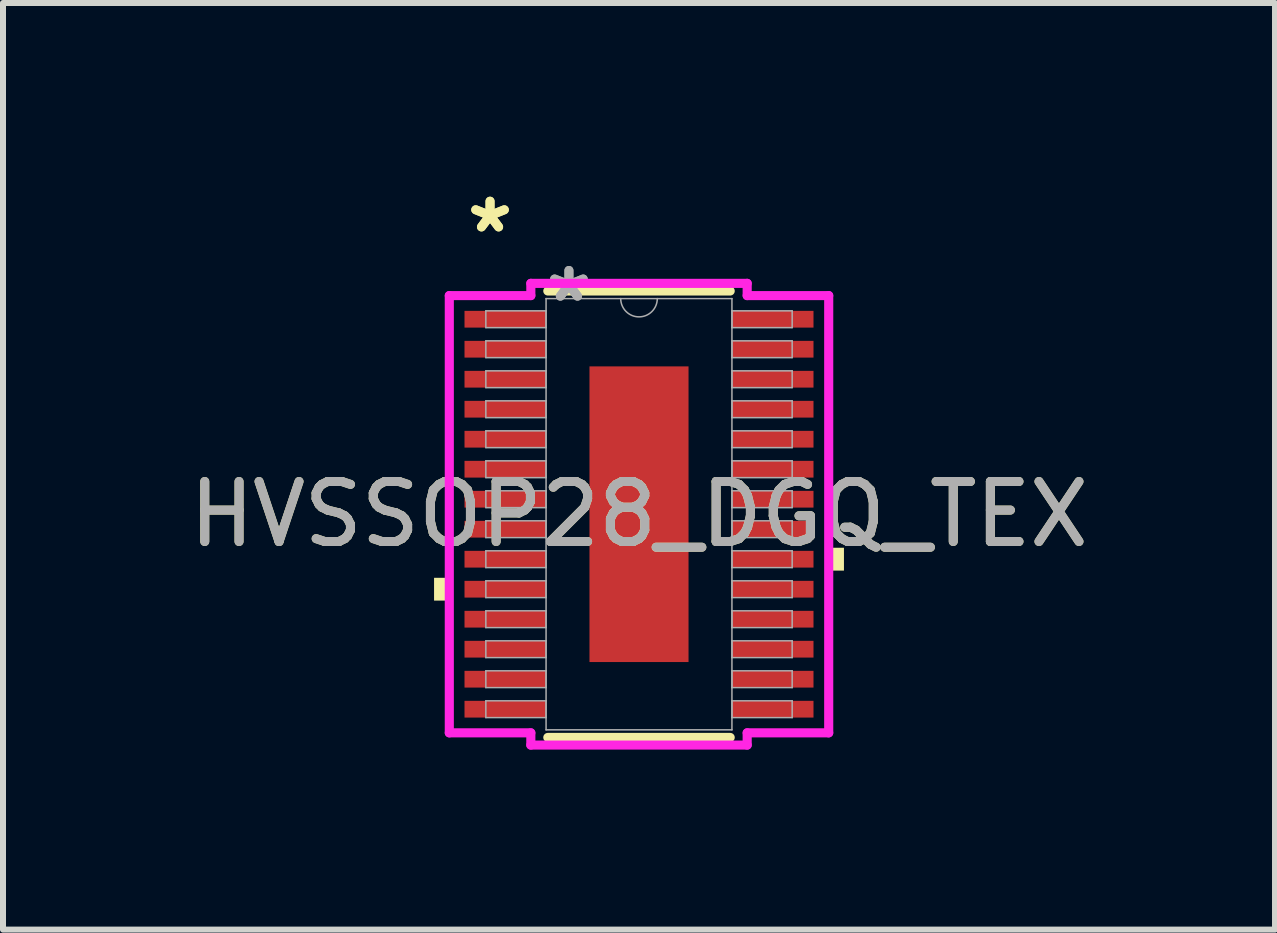
<source format=kicad_pcb>
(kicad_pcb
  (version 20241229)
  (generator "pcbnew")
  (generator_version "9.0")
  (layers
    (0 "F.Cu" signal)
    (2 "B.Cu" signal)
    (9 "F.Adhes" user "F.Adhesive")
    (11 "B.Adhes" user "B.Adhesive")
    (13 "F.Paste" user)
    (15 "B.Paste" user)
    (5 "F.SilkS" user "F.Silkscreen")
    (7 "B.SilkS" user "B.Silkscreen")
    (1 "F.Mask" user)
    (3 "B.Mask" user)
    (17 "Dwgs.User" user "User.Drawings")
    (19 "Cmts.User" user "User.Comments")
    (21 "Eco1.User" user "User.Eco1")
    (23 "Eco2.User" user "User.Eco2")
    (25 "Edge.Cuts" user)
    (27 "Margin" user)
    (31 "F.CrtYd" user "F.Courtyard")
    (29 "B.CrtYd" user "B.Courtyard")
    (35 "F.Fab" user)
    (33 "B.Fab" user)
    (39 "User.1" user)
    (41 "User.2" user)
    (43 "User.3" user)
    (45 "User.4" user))
  (footprint "HVSSOP28_DGQ_TEX"
    (layer "F.Cu")
    (at 7.601 5.521)
    (property "Reference" "HVSSOP28_DGQ_TEX" (at 0 0 0) (unlocked yes) (layer "F.SilkS") (effects (font (size 1 1) (thickness 0.15))))
    (attr smd)
    (fp_line (start -1.52 3.721) (end 1.52 3.721) (stroke (width 0.152) (type solid)) (layer "F.SilkS"))
    (fp_line (start 1.52 -3.721) (end -1.52 -3.721) (stroke (width 0.152) (type solid)) (layer "F.SilkS"))
    (fp_poly (pts (xy -3.416 1.06) (xy -3.416 1.44) (xy -3.162 1.44) (xy -3.162 1.06)) (stroke (width 0) (type solid)) (fill yes) (layer "F.SilkS"))
    (fp_poly (pts (xy 3.416 0.559) (xy 3.416 0.94) (xy 3.162 0.94) (xy 3.162 0.559)) (stroke (width 0) (type solid)) (fill yes) (layer "F.SilkS"))
    (fp_poly (pts (xy -0.726 -2.364) (xy -0.726 -0.921) (xy 0.726 -0.921) (xy 0.726 -2.364)) (stroke (width 0) (type solid)) (fill yes) (layer "F.Paste"))
    (fp_poly (pts (xy -0.726 -0.721) (xy -0.726 0.721) (xy 0.726 0.721) (xy 0.726 -0.721)) (stroke (width 0) (type solid)) (fill yes) (layer "F.Paste"))
    (fp_poly (pts (xy -0.726 0.921) (xy -0.726 2.364) (xy 0.726 2.364) (xy 0.726 0.921)) (stroke (width 0) (type solid)) (fill yes) (layer "F.Paste"))
    (fp_line (start -3.162 -3.644) (end -1.803 -3.644) (stroke (width 0.152) (type solid)) (layer "F.CrtYd"))
    (fp_line (start -3.162 3.644) (end -3.162 -3.644) (stroke (width 0.152) (type solid)) (layer "F.CrtYd"))
    (fp_line (start -3.162 3.644) (end -1.803 3.644) (stroke (width 0.152) (type solid)) (layer "F.CrtYd"))
    (fp_line (start -1.803 -3.848) (end 1.803 -3.848) (stroke (width 0.152) (type solid)) (layer "F.CrtYd"))
    (fp_line (start -1.803 -3.644) (end -1.803 -3.848) (stroke (width 0.152) (type solid)) (layer "F.CrtYd"))
    (fp_line (start -1.803 3.848) (end -1.803 3.644) (stroke (width 0.152) (type solid)) (layer "F.CrtYd"))
    (fp_line (start 1.803 -3.848) (end 1.803 -3.644) (stroke (width 0.152) (type solid)) (layer "F.CrtYd"))
    (fp_line (start 1.803 3.644) (end 1.803 3.848) (stroke (width 0.152) (type solid)) (layer "F.CrtYd"))
    (fp_line (start 1.803 3.848) (end -1.803 3.848) (stroke (width 0.152) (type solid)) (layer "F.CrtYd"))
    (fp_line (start 3.162 -3.644) (end 1.803 -3.644) (stroke (width 0.152) (type solid)) (layer "F.CrtYd"))
    (fp_line (start 3.162 -3.644) (end 3.162 3.644) (stroke (width 0.152) (type solid)) (layer "F.CrtYd"))
    (fp_line (start 3.162 3.644) (end 1.803 3.644) (stroke (width 0.152) (type solid)) (layer "F.CrtYd"))
    (fp_line (start -2.553 -3.39) (end -2.553 -3.11) (stroke (width 0.025) (type solid)) (layer "F.Fab"))
    (fp_line (start -2.553 -3.11) (end -1.549 -3.11) (stroke (width 0.025) (type solid)) (layer "F.Fab"))
    (fp_line (start -2.553 -2.89) (end -2.553 -2.61) (stroke (width 0.025) (type solid)) (layer "F.Fab"))
    (fp_line (start -2.553 -2.61) (end -1.549 -2.61) (stroke (width 0.025) (type solid)) (layer "F.Fab"))
    (fp_line (start -2.553 -2.39) (end -2.553 -2.11) (stroke (width 0.025) (type solid)) (layer "F.Fab"))
    (fp_line (start -2.553 -2.11) (end -1.549 -2.11) (stroke (width 0.025) (type solid)) (layer "F.Fab"))
    (fp_line (start -2.553 -1.89) (end -2.553 -1.61) (stroke (width 0.025) (type solid)) (layer "F.Fab"))
    (fp_line (start -2.553 -1.61) (end -1.549 -1.61) (stroke (width 0.025) (type solid)) (layer "F.Fab"))
    (fp_line (start -2.553 -1.39) (end -2.553 -1.11) (stroke (width 0.025) (type solid)) (layer "F.Fab"))
    (fp_line (start -2.553 -1.11) (end -1.549 -1.11) (stroke (width 0.025) (type solid)) (layer "F.Fab"))
    (fp_line (start -2.553 -0.89) (end -2.553 -0.61) (stroke (width 0.025) (type solid)) (layer "F.Fab"))
    (fp_line (start -2.553 -0.61) (end -1.549 -0.61) (stroke (width 0.025) (type solid)) (layer "F.Fab"))
    (fp_line (start -2.553 -0.39) (end -2.553 -0.11) (stroke (width 0.025) (type solid)) (layer "F.Fab"))
    (fp_line (start -2.553 -0.11) (end -1.549 -0.11) (stroke (width 0.025) (type solid)) (layer "F.Fab"))
    (fp_line (start -2.553 0.11) (end -2.553 0.39) (stroke (width 0.025) (type solid)) (layer "F.Fab"))
    (fp_line (start -2.553 0.39) (end -1.549 0.39) (stroke (width 0.025) (type solid)) (layer "F.Fab"))
    (fp_line (start -2.553 0.61) (end -2.553 0.89) (stroke (width 0.025) (type solid)) (layer "F.Fab"))
    (fp_line (start -2.553 0.89) (end -1.549 0.89) (stroke (width 0.025) (type solid)) (layer "F.Fab"))
    (fp_line (start -2.553 1.11) (end -2.553 1.39) (stroke (width 0.025) (type solid)) (layer "F.Fab"))
    (fp_line (start -2.553 1.39) (end -1.549 1.39) (stroke (width 0.025) (type solid)) (layer "F.Fab"))
    (fp_line (start -2.553 1.61) (end -2.553 1.89) (stroke (width 0.025) (type solid)) (layer "F.Fab"))
    (fp_line (start -2.553 1.89) (end -1.549 1.89) (stroke (width 0.025) (type solid)) (layer "F.Fab"))
    (fp_line (start -2.553 2.11) (end -2.553 2.39) (stroke (width 0.025) (type solid)) (layer "F.Fab"))
    (fp_line (start -2.553 2.39) (end -1.549 2.39) (stroke (width 0.025) (type solid)) (layer "F.Fab"))
    (fp_line (start -2.553 2.61) (end -2.553 2.89) (stroke (width 0.025) (type solid)) (layer "F.Fab"))
    (fp_line (start -2.553 2.89) (end -1.549 2.89) (stroke (width 0.025) (type solid)) (layer "F.Fab"))
    (fp_line (start -2.553 3.11) (end -2.553 3.39) (stroke (width 0.025) (type solid)) (layer "F.Fab"))
    (fp_line (start -2.553 3.39) (end -1.549 3.39) (stroke (width 0.025) (type solid)) (layer "F.Fab"))
    (fp_line (start -1.549 -3.594) (end -1.549 3.594) (stroke (width 0.025) (type solid)) (layer "F.Fab"))
    (fp_line (start -1.549 -3.39) (end -2.553 -3.39) (stroke (width 0.025) (type solid)) (layer "F.Fab"))
    (fp_line (start -1.549 -3.11) (end -1.549 -3.39) (stroke (width 0.025) (type solid)) (layer "F.Fab"))
    (fp_line (start -1.549 -2.89) (end -2.553 -2.89) (stroke (width 0.025) (type solid)) (layer "F.Fab"))
    (fp_line (start -1.549 -2.61) (end -1.549 -2.89) (stroke (width 0.025) (type solid)) (layer "F.Fab"))
    (fp_line (start -1.549 -2.39) (end -2.553 -2.39) (stroke (width 0.025) (type solid)) (layer "F.Fab"))
    (fp_line (start -1.549 -2.11) (end -1.549 -2.39) (stroke (width 0.025) (type solid)) (layer "F.Fab"))
    (fp_line (start -1.549 -1.89) (end -2.553 -1.89) (stroke (width 0.025) (type solid)) (layer "F.Fab"))
    (fp_line (start -1.549 -1.61) (end -1.549 -1.89) (stroke (width 0.025) (type solid)) (layer "F.Fab"))
    (fp_line (start -1.549 -1.39) (end -2.553 -1.39) (stroke (width 0.025) (type solid)) (layer "F.Fab"))
    (fp_line (start -1.549 -1.11) (end -1.549 -1.39) (stroke (width 0.025) (type solid)) (layer "F.Fab"))
    (fp_line (start -1.549 -0.89) (end -2.553 -0.89) (stroke (width 0.025) (type solid)) (layer "F.Fab"))
    (fp_line (start -1.549 -0.61) (end -1.549 -0.89) (stroke (width 0.025) (type solid)) (layer "F.Fab"))
    (fp_line (start -1.549 -0.39) (end -2.553 -0.39) (stroke (width 0.025) (type solid)) (layer "F.Fab"))
    (fp_line (start -1.549 -0.11) (end -1.549 -0.39) (stroke (width 0.025) (type solid)) (layer "F.Fab"))
    (fp_line (start -1.549 0.11) (end -2.553 0.11) (stroke (width 0.025) (type solid)) (layer "F.Fab"))
    (fp_line (start -1.549 0.39) (end -1.549 0.11) (stroke (width 0.025) (type solid)) (layer "F.Fab"))
    (fp_line (start -1.549 0.61) (end -2.553 0.61) (stroke (width 0.025) (type solid)) (layer "F.Fab"))
    (fp_line (start -1.549 0.89) (end -1.549 0.61) (stroke (width 0.025) (type solid)) (layer "F.Fab"))
    (fp_line (start -1.549 1.11) (end -2.553 1.11) (stroke (width 0.025) (type solid)) (layer "F.Fab"))
    (fp_line (start -1.549 1.39) (end -1.549 1.11) (stroke (width 0.025) (type solid)) (layer "F.Fab"))
    (fp_line (start -1.549 1.61) (end -2.553 1.61) (stroke (width 0.025) (type solid)) (layer "F.Fab"))
    (fp_line (start -1.549 1.89) (end -1.549 1.61) (stroke (width 0.025) (type solid)) (layer "F.Fab"))
    (fp_line (start -1.549 2.11) (end -2.553 2.11) (stroke (width 0.025) (type solid)) (layer "F.Fab"))
    (fp_line (start -1.549 2.39) (end -1.549 2.11) (stroke (width 0.025) (type solid)) (layer "F.Fab"))
    (fp_line (start -1.549 2.61) (end -2.553 2.61) (stroke (width 0.025) (type solid)) (layer "F.Fab"))
    (fp_line (start -1.549 2.89) (end -1.549 2.61) (stroke (width 0.025) (type solid)) (layer "F.Fab"))
    (fp_line (start -1.549 3.11) (end -2.553 3.11) (stroke (width 0.025) (type solid)) (layer "F.Fab"))
    (fp_line (start -1.549 3.39) (end -1.549 3.11) (stroke (width 0.025) (type solid)) (layer "F.Fab"))
    (fp_line (start -1.549 3.594) (end 1.549 3.594) (stroke (width 0.025) (type solid)) (layer "F.Fab"))
    (fp_line (start 1.549 -3.594) (end -1.549 -3.594) (stroke (width 0.025) (type solid)) (layer "F.Fab"))
    (fp_line (start 1.549 -3.39) (end 1.549 -3.11) (stroke (width 0.025) (type solid)) (layer "F.Fab"))
    (fp_line (start 1.549 -3.11) (end 2.553 -3.11) (stroke (width 0.025) (type solid)) (layer "F.Fab"))
    (fp_line (start 1.549 -2.89) (end 1.549 -2.61) (stroke (width 0.025) (type solid)) (layer "F.Fab"))
    (fp_line (start 1.549 -2.61) (end 2.553 -2.61) (stroke (width 0.025) (type solid)) (layer "F.Fab"))
    (fp_line (start 1.549 -2.39) (end 1.549 -2.11) (stroke (width 0.025) (type solid)) (layer "F.Fab"))
    (fp_line (start 1.549 -2.11) (end 2.553 -2.11) (stroke (width 0.025) (type solid)) (layer "F.Fab"))
    (fp_line (start 1.549 -1.89) (end 1.549 -1.61) (stroke (width 0.025) (type solid)) (layer "F.Fab"))
    (fp_line (start 1.549 -1.61) (end 2.553 -1.61) (stroke (width 0.025) (type solid)) (layer "F.Fab"))
    (fp_line (start 1.549 -1.39) (end 1.549 -1.11) (stroke (width 0.025) (type solid)) (layer "F.Fab"))
    (fp_line (start 1.549 -1.11) (end 2.553 -1.11) (stroke (width 0.025) (type solid)) (layer "F.Fab"))
    (fp_line (start 1.549 -0.89) (end 1.549 -0.61) (stroke (width 0.025) (type solid)) (layer "F.Fab"))
    (fp_line (start 1.549 -0.61) (end 2.553 -0.61) (stroke (width 0.025) (type solid)) (layer "F.Fab"))
    (fp_line (start 1.549 -0.39) (end 1.549 -0.11) (stroke (width 0.025) (type solid)) (layer "F.Fab"))
    (fp_line (start 1.549 -0.11) (end 2.553 -0.11) (stroke (width 0.025) (type solid)) (layer "F.Fab"))
    (fp_line (start 1.549 0.11) (end 1.549 0.39) (stroke (width 0.025) (type solid)) (layer "F.Fab"))
    (fp_line (start 1.549 0.39) (end 2.553 0.39) (stroke (width 0.025) (type solid)) (layer "F.Fab"))
    (fp_line (start 1.549 0.61) (end 1.549 0.89) (stroke (width 0.025) (type solid)) (layer "F.Fab"))
    (fp_line (start 1.549 0.89) (end 2.553 0.89) (stroke (width 0.025) (type solid)) (layer "F.Fab"))
    (fp_line (start 1.549 1.11) (end 1.549 1.39) (stroke (width 0.025) (type solid)) (layer "F.Fab"))
    (fp_line (start 1.549 1.39) (end 2.553 1.39) (stroke (width 0.025) (type solid)) (layer "F.Fab"))
    (fp_line (start 1.549 1.61) (end 1.549 1.89) (stroke (width 0.025) (type solid)) (layer "F.Fab"))
    (fp_line (start 1.549 1.89) (end 2.553 1.89) (stroke (width 0.025) (type solid)) (layer "F.Fab"))
    (fp_line (start 1.549 2.11) (end 1.549 2.39) (stroke (width 0.025) (type solid)) (layer "F.Fab"))
    (fp_line (start 1.549 2.39) (end 2.553 2.39) (stroke (width 0.025) (type solid)) (layer "F.Fab"))
    (fp_line (start 1.549 2.61) (end 1.549 2.89) (stroke (width 0.025) (type solid)) (layer "F.Fab"))
    (fp_line (start 1.549 2.89) (end 2.553 2.89) (stroke (width 0.025) (type solid)) (layer "F.Fab"))
    (fp_line (start 1.549 3.11) (end 1.549 3.39) (stroke (width 0.025) (type solid)) (layer "F.Fab"))
    (fp_line (start 1.549 3.39) (end 2.553 3.39) (stroke (width 0.025) (type solid)) (layer "F.Fab"))
    (fp_line (start 1.549 3.594) (end 1.549 -3.594) (stroke (width 0.025) (type solid)) (layer "F.Fab"))
    (fp_line (start 2.553 -3.39) (end 1.549 -3.39) (stroke (width 0.025) (type solid)) (layer "F.Fab"))
    (fp_line (start 2.553 -3.11) (end 2.553 -3.39) (stroke (width 0.025) (type solid)) (layer "F.Fab"))
    (fp_line (start 2.553 -2.89) (end 1.549 -2.89) (stroke (width 0.025) (type solid)) (layer "F.Fab"))
    (fp_line (start 2.553 -2.61) (end 2.553 -2.89) (stroke (width 0.025) (type solid)) (layer "F.Fab"))
    (fp_line (start 2.553 -2.39) (end 1.549 -2.39) (stroke (width 0.025) (type solid)) (layer "F.Fab"))
    (fp_line (start 2.553 -2.11) (end 2.553 -2.39) (stroke (width 0.025) (type solid)) (layer "F.Fab"))
    (fp_line (start 2.553 -1.89) (end 1.549 -1.89) (stroke (width 0.025) (type solid)) (layer "F.Fab"))
    (fp_line (start 2.553 -1.61) (end 2.553 -1.89) (stroke (width 0.025) (type solid)) (layer "F.Fab"))
    (fp_line (start 2.553 -1.39) (end 1.549 -1.39) (stroke (width 0.025) (type solid)) (layer "F.Fab"))
    (fp_line (start 2.553 -1.11) (end 2.553 -1.39) (stroke (width 0.025) (type solid)) (layer "F.Fab"))
    (fp_line (start 2.553 -0.89) (end 1.549 -0.89) (stroke (width 0.025) (type solid)) (layer "F.Fab"))
    (fp_line (start 2.553 -0.61) (end 2.553 -0.89) (stroke (width 0.025) (type solid)) (layer "F.Fab"))
    (fp_line (start 2.553 -0.39) (end 1.549 -0.39) (stroke (width 0.025) (type solid)) (layer "F.Fab"))
    (fp_line (start 2.553 -0.11) (end 2.553 -0.39) (stroke (width 0.025) (type solid)) (layer "F.Fab"))
    (fp_line (start 2.553 0.11) (end 1.549 0.11) (stroke (width 0.025) (type solid)) (layer "F.Fab"))
    (fp_line (start 2.553 0.39) (end 2.553 0.11) (stroke (width 0.025) (type solid)) (layer "F.Fab"))
    (fp_line (start 2.553 0.61) (end 1.549 0.61) (stroke (width 0.025) (type solid)) (layer "F.Fab"))
    (fp_line (start 2.553 0.89) (end 2.553 0.61) (stroke (width 0.025) (type solid)) (layer "F.Fab"))
    (fp_line (start 2.553 1.11) (end 1.549 1.11) (stroke (width 0.025) (type solid)) (layer "F.Fab"))
    (fp_line (start 2.553 1.39) (end 2.553 1.11) (stroke (width 0.025) (type solid)) (layer "F.Fab"))
    (fp_line (start 2.553 1.61) (end 1.549 1.61) (stroke (width 0.025) (type solid)) (layer "F.Fab"))
    (fp_line (start 2.553 1.89) (end 2.553 1.61) (stroke (width 0.025) (type solid)) (layer "F.Fab"))
    (fp_line (start 2.553 2.11) (end 1.549 2.11) (stroke (width 0.025) (type solid)) (layer "F.Fab"))
    (fp_line (start 2.553 2.39) (end 2.553 2.11) (stroke (width 0.025) (type solid)) (layer "F.Fab"))
    (fp_line (start 2.553 2.61) (end 1.549 2.61) (stroke (width 0.025) (type solid)) (layer "F.Fab"))
    (fp_line (start 2.553 2.89) (end 2.553 2.61) (stroke (width 0.025) (type solid)) (layer "F.Fab"))
    (fp_line (start 2.553 3.11) (end 1.549 3.11) (stroke (width 0.025) (type solid)) (layer "F.Fab"))
    (fp_line (start 2.553 3.39) (end 2.553 3.11) (stroke (width 0.025) (type solid)) (layer "F.Fab"))
    (fp_arc (start 0.3048 -3.5941) (mid 0 -3.2893) (end -0.3048 -3.5941) (stroke (width 0.0254) (type solid)) (layer "F.Fab"))
    (fp_text user "*" (at -2.483 -4.672 0) (layer "F.SilkS") (effects (font (size 1 1) (thickness 0.15))))
    (fp_text user "*" (at -2.483 -4.672 0) (unlocked yes) (layer "F.SilkS") (effects (font (size 1 1) (thickness 0.15))))
    (fp_text user "*" (at -1.168 -3.518 0) (layer "F.Fab") (effects (font (size 1 1) (thickness 0.15))))
    (fp_text user "${REFERENCE}" (at 0 0 0) (unlocked yes) (layer "F.Fab") (effects (font (size 1 1) (thickness 0.15))))
    (fp_text user "*" (at -1.168 -3.518 0) (unlocked yes) (layer "F.Fab") (effects (font (size 1 1) (thickness 0.15))))
    (pad "1" smd rect (at -2.229 -3.25) (size 1.359 0.279) (layers "F.Cu" "F.Mask" "F.Paste"))
    (pad "2" smd rect (at -2.229 -2.75) (size 1.359 0.279) (layers "F.Cu" "F.Mask" "F.Paste"))
    (pad "3" smd rect (at -2.229 -2.25) (size 1.359 0.279) (layers "F.Cu" "F.Mask" "F.Paste"))
    (pad "4" smd rect (at -2.229 -1.75) (size 1.359 0.279) (layers "F.Cu" "F.Mask" "F.Paste"))
    (pad "5" smd rect (at -2.229 -1.25) (size 1.359 0.279) (layers "F.Cu" "F.Mask" "F.Paste"))
    (pad "6" smd rect (at -2.229 -0.75) (size 1.359 0.279) (layers "F.Cu" "F.Mask" "F.Paste"))
    (pad "7" smd rect (at -2.229 -0.25) (size 1.359 0.279) (layers "F.Cu" "F.Mask" "F.Paste"))
    (pad "8" smd rect (at -2.229 0.25) (size 1.359 0.279) (layers "F.Cu" "F.Mask" "F.Paste"))
    (pad "9" smd rect (at -2.229 0.75) (size 1.359 0.279) (layers "F.Cu" "F.Mask" "F.Paste"))
    (pad "10" smd rect (at -2.229 1.25) (size 1.359 0.279) (layers "F.Cu" "F.Mask" "F.Paste"))
    (pad "11" smd rect (at -2.229 1.75) (size 1.359 0.279) (layers "F.Cu" "F.Mask" "F.Paste"))
    (pad "12" smd rect (at -2.229 2.25) (size 1.359 0.279) (layers "F.Cu" "F.Mask" "F.Paste"))
    (pad "13" smd rect (at -2.229 2.75) (size 1.359 0.279) (layers "F.Cu" "F.Mask" "F.Paste"))
    (pad "14" smd rect (at -2.229 3.25) (size 1.359 0.279) (layers "F.Cu" "F.Mask" "F.Paste"))
    (pad "15" smd rect (at 2.229 3.25) (size 1.359 0.279) (layers "F.Cu" "F.Mask" "F.Paste"))
    (pad "16" smd rect (at 2.229 2.75) (size 1.359 0.279) (layers "F.Cu" "F.Mask" "F.Paste"))
    (pad "17" smd rect (at 2.229 2.25) (size 1.359 0.279) (layers "F.Cu" "F.Mask" "F.Paste"))
    (pad "18" smd rect (at 2.229 1.75) (size 1.359 0.279) (layers "F.Cu" "F.Mask" "F.Paste"))
    (pad "19" smd rect (at 2.229 1.25) (size 1.359 0.279) (layers "F.Cu" "F.Mask" "F.Paste"))
    (pad "20" smd rect (at 2.229 0.75) (size 1.359 0.279) (layers "F.Cu" "F.Mask" "F.Paste"))
    (pad "21" smd rect (at 2.229 0.25) (size 1.359 0.279) (layers "F.Cu" "F.Mask" "F.Paste"))
    (pad "22" smd rect (at 2.229 -0.25) (size 1.359 0.279) (layers "F.Cu" "F.Mask" "F.Paste"))
    (pad "23" smd rect (at 2.229 -0.75) (size 1.359 0.279) (layers "F.Cu" "F.Mask" "F.Paste"))
    (pad "24" smd rect (at 2.229 -1.25) (size 1.359 0.279) (layers "F.Cu" "F.Mask" "F.Paste"))
    (pad "25" smd rect (at 2.229 -1.75) (size 1.359 0.279) (layers "F.Cu" "F.Mask" "F.Paste"))
    (pad "26" smd rect (at 2.229 -2.25) (size 1.359 0.279) (layers "F.Cu" "F.Mask" "F.Paste"))
    (pad "27" smd rect (at 2.229 -2.75) (size 1.359 0.279) (layers "F.Cu" "F.Mask" "F.Paste"))
    (pad "28" smd rect (at 2.229 -3.25) (size 1.359 0.279) (layers "F.Cu" "F.Mask" "F.Paste"))
    (pad "29" smd rect (at 0 0) (size 1.651 4.928) (layers "F.Cu" "F.Mask")))
  (gr_rect
    (start -3 -3)
    (end 18.202 12.445)
    (stroke (width 0.1) (type default))
    (fill no)
    (layer "Edge.Cuts")))
</source>
